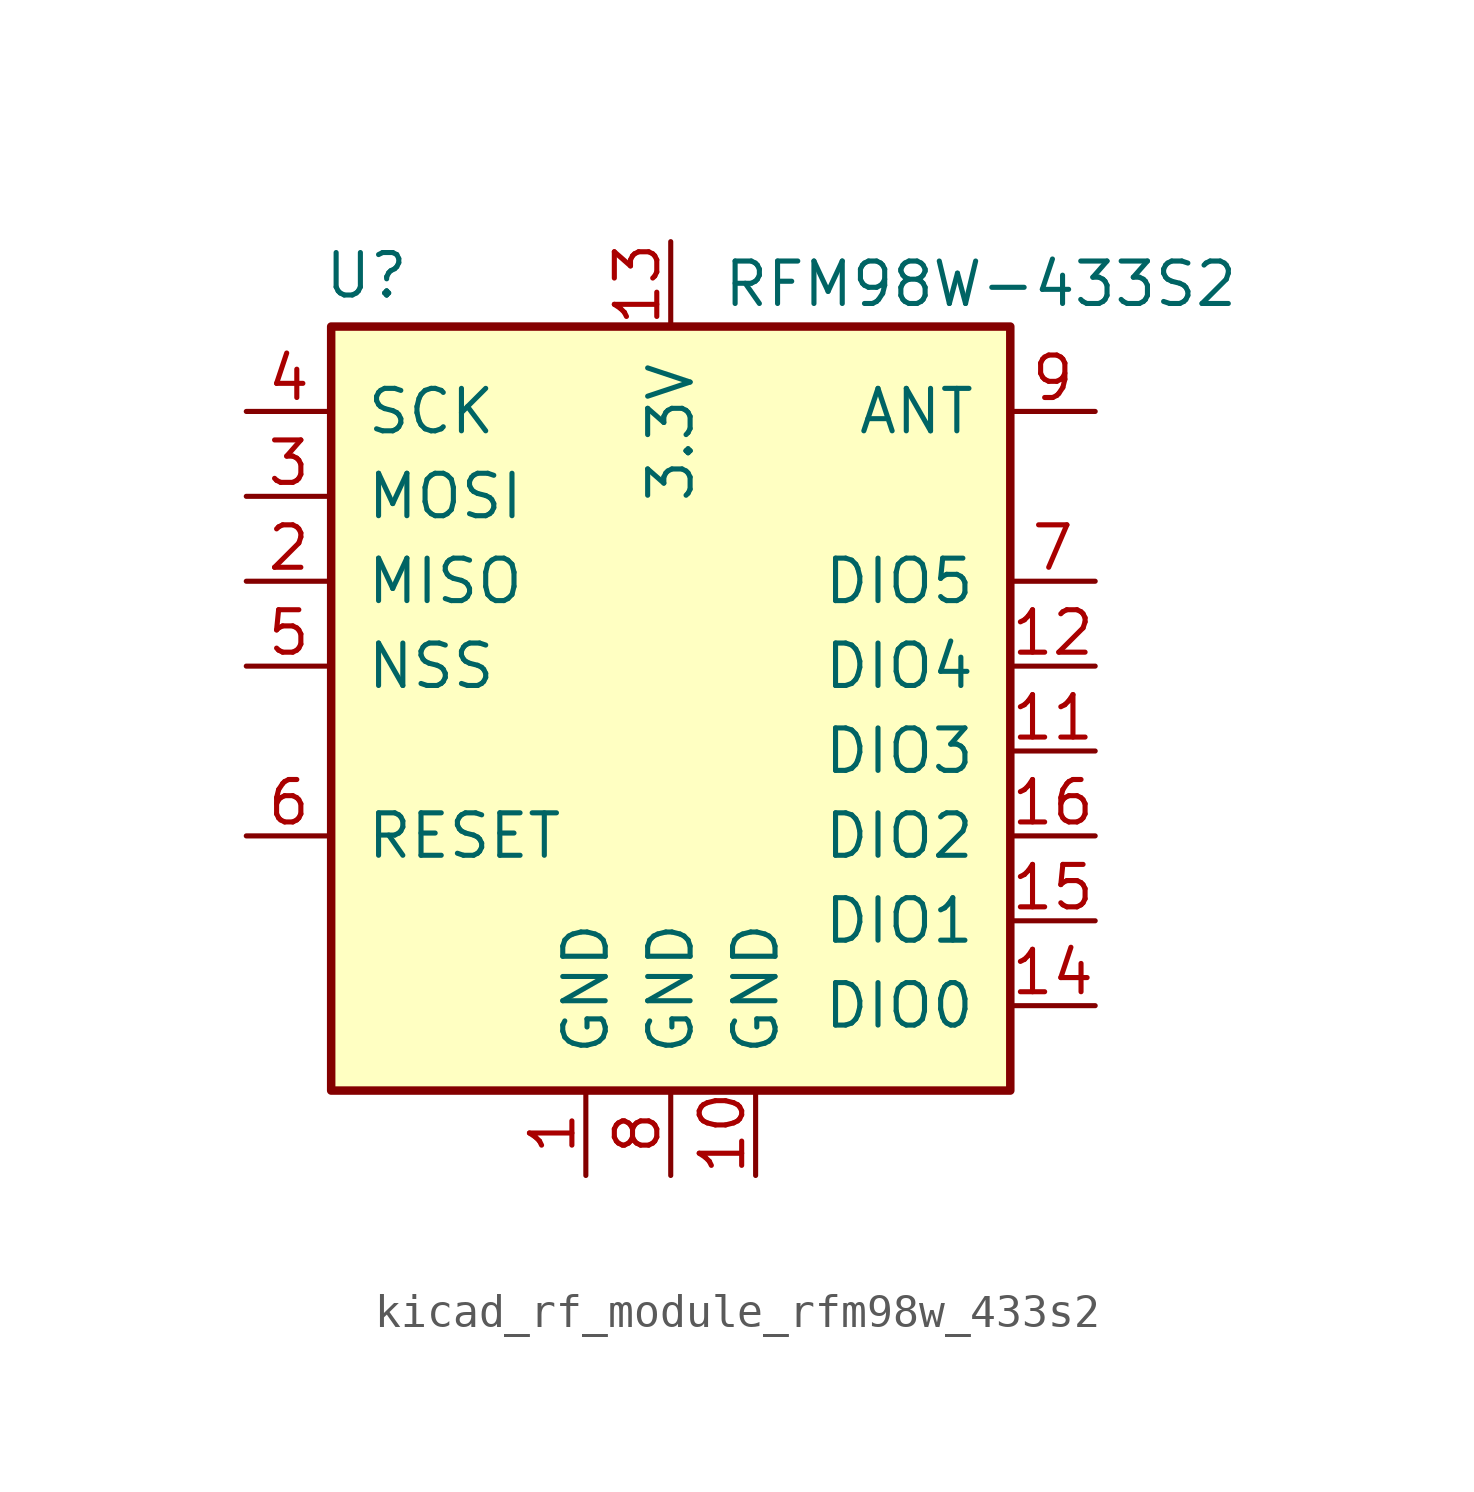
<source format=kicad_sym>
(kicad_symbol_lib
  (version 20220914)
  (generator kicad_symbol_editor)
  (symbol "kicad_rf_module_rfm98w_433s2"
    (pin_names
      (offset 1.016))
    (property "Reference" "U"
      (at -10.414 11.684 0)
      (effects (font (size 1.27 1.27)) (justify left)))
    (property "Value" "RFM98W-433S2"
      (at 1.524 11.43 0)
      (effects (font (size 1.27 1.27)) (justify left)))
    (symbol "kicad_rf_module_rfm98w_433s2_0_1"
      (rectangle (start -10.16 10.16) (end 10.16 -12.7) (stroke (width 0.254) (type default)) (fill (type background))))
    (symbol "kicad_rf_module_rfm98w_433s2_1_1"
      (pin power_in line (at -2.54 -15.24 90) (length 2.54) (name "GND" (effects (font (size 1.27 1.27)))) (number "1" (effects (font (size 1.27 1.27)))))
      (pin power_in line (at 2.54 -15.24 90) (length 2.54) (name "GND" (effects (font (size 1.27 1.27)))) (number "10" (effects (font (size 1.27 1.27)))))
      (pin bidirectional line (at 12.7 -2.54 180) (length 2.54) (name "DIO3" (effects (font (size 1.27 1.27)))) (number "11" (effects (font (size 1.27 1.27)))))
      (pin bidirectional line (at 12.7 0 180) (length 2.54) (name "DIO4" (effects (font (size 1.27 1.27)))) (number "12" (effects (font (size 1.27 1.27)))))
      (pin power_in line (at 0 12.7 270) (length 2.54) (name "3.3V" (effects (font (size 1.27 1.27)))) (number "13" (effects (font (size 1.27 1.27)))))
      (pin bidirectional line (at 12.7 -10.16 180) (length 2.54) (name "DIO0" (effects (font (size 1.27 1.27)))) (number "14" (effects (font (size 1.27 1.27)))))
      (pin bidirectional line (at 12.7 -7.62 180) (length 2.54) (name "DIO1" (effects (font (size 1.27 1.27)))) (number "15" (effects (font (size 1.27 1.27)))))
      (pin bidirectional line (at 12.7 -5.08 180) (length 2.54) (name "DIO2" (effects (font (size 1.27 1.27)))) (number "16" (effects (font (size 1.27 1.27)))))
      (pin output line (at -12.7 2.54 0) (length 2.54) (name "MISO" (effects (font (size 1.27 1.27)))) (number "2" (effects (font (size 1.27 1.27)))))
      (pin input line (at -12.7 5.08 0) (length 2.54) (name "MOSI" (effects (font (size 1.27 1.27)))) (number "3" (effects (font (size 1.27 1.27)))))
      (pin input line (at -12.7 7.62 0) (length 2.54) (name "SCK" (effects (font (size 1.27 1.27)))) (number "4" (effects (font (size 1.27 1.27)))))
      (pin input line (at -12.7 0 0) (length 2.54) (name "NSS" (effects (font (size 1.27 1.27)))) (number "5" (effects (font (size 1.27 1.27)))))
      (pin bidirectional line (at -12.7 -5.08 0) (length 2.54) (name "RESET" (effects (font (size 1.27 1.27)))) (number "6" (effects (font (size 1.27 1.27)))))
      (pin bidirectional line (at 12.7 2.54 180) (length 2.54) (name "DIO5" (effects (font (size 1.27 1.27)))) (number "7" (effects (font (size 1.27 1.27)))))
      (pin power_in line (at 0 -15.24 90) (length 2.54) (name "GND" (effects (font (size 1.27 1.27)))) (number "8" (effects (font (size 1.27 1.27)))))
      (pin bidirectional line (at 12.7 7.62 180) (length 2.54) (name "ANT" (effects (font (size 1.27 1.27)))) (number "9" (effects (font (size 1.27 1.27))))))))
</source>
